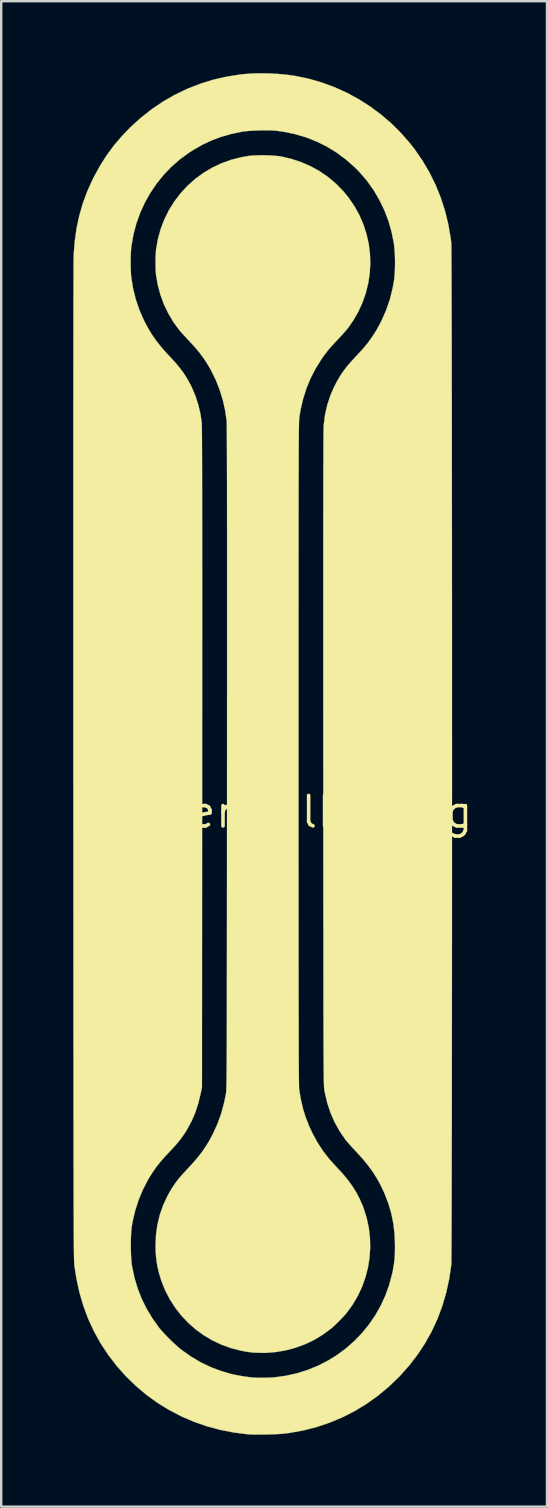
<source format=kicad_pcb>
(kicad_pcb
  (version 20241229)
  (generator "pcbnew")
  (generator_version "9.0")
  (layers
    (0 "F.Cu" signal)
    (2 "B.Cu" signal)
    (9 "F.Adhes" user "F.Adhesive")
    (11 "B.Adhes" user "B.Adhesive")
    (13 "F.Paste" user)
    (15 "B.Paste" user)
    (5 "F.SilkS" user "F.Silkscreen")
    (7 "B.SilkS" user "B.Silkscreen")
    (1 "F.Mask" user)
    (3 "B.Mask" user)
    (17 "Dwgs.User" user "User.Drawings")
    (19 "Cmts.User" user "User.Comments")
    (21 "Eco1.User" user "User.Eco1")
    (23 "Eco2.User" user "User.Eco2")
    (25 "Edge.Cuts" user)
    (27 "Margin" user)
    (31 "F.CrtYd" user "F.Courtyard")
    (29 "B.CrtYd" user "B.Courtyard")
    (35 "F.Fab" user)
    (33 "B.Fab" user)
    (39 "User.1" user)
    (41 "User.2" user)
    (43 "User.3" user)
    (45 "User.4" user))
  (footprint "Slider Silk Long"
    (layer "F.Cu")
    (at 8.934 30.785)
    (property "Reference" "Slider Silk Long" (at 0 0 0) (layer "F.SilkS") (effects (font (size 1.27 1.27) (thickness 0.15))))
    (attr through_hole)
    (fp_poly (pts (xy -0.924 -27.364) (xy -0.73 -27.358) (xy -0.548 -27.347) (xy -0.39 -27.332) (xy -0.286 -27.317) (xy 0.151 -27.216) (xy 0.569 -27.079) (xy 0.967 -26.905) (xy 1.342 -26.697) (xy 1.694 -26.454) (xy 2.021 -26.177) (xy 2.322 -25.868) (xy 2.548 -25.591) (xy 2.79 -25.236) (xy 2.994 -24.864) (xy 3.16 -24.479) (xy 3.288 -24.084) (xy 3.379 -23.68) (xy 3.431 -23.271) (xy 3.446 -22.859) (xy 3.422 -22.447) (xy 3.361 -22.038) (xy 3.262 -21.635) (xy 3.125 -21.239) (xy 2.95 -20.854) (xy 2.737 -20.483) (xy 2.547 -20.207) (xy 2.486 -20.13) (xy 2.404 -20.033) (xy 2.307 -19.922) (xy 2.204 -19.809) (xy 2.113 -19.712) (xy 1.964 -19.555) (xy 1.84 -19.42) (xy 1.734 -19.297) (xy 1.639 -19.181) (xy 1.549 -19.062) (xy 1.457 -18.934) (xy 1.413 -18.87) (xy 1.168 -18.479) (xy 0.96 -18.077) (xy 0.787 -17.659) (xy 0.648 -17.221) (xy 0.541 -16.76) (xy 0.493 -16.478) (xy 0.491 -16.46) (xy 0.488 -16.44) (xy 0.486 -16.416) (xy 0.484 -16.388) (xy 0.482 -16.355) (xy 0.48 -16.316) (xy 0.478 -16.269) (xy 0.476 -16.215) (xy 0.474 -16.151) (xy 0.473 -16.077) (xy 0.471 -15.992) (xy 0.47 -15.895) (xy 0.468 -15.786) (xy 0.467 -15.662) (xy 0.466 -15.523) (xy 0.465 -15.368) (xy 0.464 -15.196) (xy 0.463 -15.007) (xy 0.462 -14.799) (xy 0.461 -14.57) (xy 0.461 -14.322) (xy 0.46 -14.051) (xy 0.459 -13.757) (xy 0.459 -13.44) (xy 0.458 -13.098) (xy 0.458 -12.731) (xy 0.457 -12.337) (xy 0.457 -11.915) (xy 0.457 -11.465) (xy 0.456 -10.985) (xy 0.456 -10.475) (xy 0.456 -9.933) (xy 0.456 -9.359) (xy 0.456 -8.751) (xy 0.455 -8.109) (xy 0.455 -7.431) (xy 0.455 -6.718) (xy 0.455 -5.966) (xy 0.455 -5.177) (xy 0.455 -4.348) (xy 0.455 -3.479) (xy 0.455 -2.569) (xy 0.455 -2.434) (xy 0.455 -1.489) (xy 0.455 -0.586) (xy 0.455 0.277) (xy 0.455 1.1) (xy 0.455 1.884) (xy 0.456 2.63) (xy 0.456 3.339) (xy 0.456 4.011) (xy 0.456 4.648) (xy 0.457 5.25) (xy 0.457 5.819) (xy 0.457 6.355) (xy 0.458 6.858) (xy 0.458 7.331) (xy 0.459 7.773) (xy 0.46 8.185) (xy 0.46 8.569) (xy 0.461 8.926) (xy 0.462 9.255) (xy 0.463 9.558) (xy 0.463 9.836) (xy 0.464 10.09) (xy 0.465 10.32) (xy 0.467 10.528) (xy 0.468 10.713) (xy 0.469 10.878) (xy 0.47 11.023) (xy 0.472 11.149) (xy 0.473 11.256) (xy 0.474 11.346) (xy 0.476 11.419) (xy 0.478 11.476) (xy 0.479 11.518) (xy 0.481 11.547) (xy 0.482 11.557) (xy 0.55 11.967) (xy 0.639 12.35) (xy 0.752 12.717) (xy 0.893 13.078) (xy 1.026 13.367) (xy 1.242 13.766) (xy 1.484 14.137) (xy 1.759 14.488) (xy 2.011 14.764) (xy 2.272 15.044) (xy 2.497 15.314) (xy 2.692 15.58) (xy 2.86 15.847) (xy 3.004 16.122) (xy 3.13 16.41) (xy 3.162 16.495) (xy 3.292 16.9) (xy 3.381 17.314) (xy 3.431 17.732) (xy 3.442 18.152) (xy 3.414 18.57) (xy 3.348 18.983) (xy 3.244 19.388) (xy 3.104 19.782) (xy 2.926 20.162) (xy 2.713 20.525) (xy 2.466 20.864) (xy 2.381 20.964) (xy 2.274 21.08) (xy 2.153 21.205) (xy 2.029 21.327) (xy 1.912 21.437) (xy 1.811 21.526) (xy 1.805 21.53) (xy 1.464 21.782) (xy 1.1 22) (xy 0.718 22.182) (xy 0.319 22.328) (xy -0.093 22.437) (xy -0.514 22.507) (xy -0.941 22.538) (xy -1.37 22.529) (xy -1.488 22.519) (xy -1.587 22.507) (xy -1.709 22.489) (xy -1.839 22.466) (xy -1.934 22.448) (xy -2.348 22.343) (xy -2.747 22.2) (xy -3.127 22.021) (xy -3.487 21.808) (xy -3.825 21.564) (xy -4.138 21.289) (xy -4.424 20.987) (xy -4.682 20.658) (xy -4.908 20.306) (xy -5.102 19.932) (xy -5.26 19.539) (xy -5.367 19.184) (xy -5.429 18.908) (xy -5.472 18.638) (xy -5.496 18.36) (xy -5.503 18.057) (xy -5.503 18.055) (xy -5.484 17.62) (xy -5.426 17.201) (xy -5.328 16.795) (xy -5.19 16.399) (xy -5.039 16.066) (xy -4.925 15.85) (xy -4.807 15.653) (xy -4.681 15.467) (xy -4.54 15.282) (xy -4.377 15.092) (xy -4.186 14.886) (xy -4.176 14.875) (xy -3.949 14.631) (xy -3.751 14.401) (xy -3.577 14.178) (xy -3.422 13.953) (xy -3.278 13.72) (xy -3.141 13.468) (xy -3.111 13.409) (xy -2.918 12.985) (xy -2.76 12.544) (xy -2.637 12.081) (xy -2.567 11.726) (xy -2.565 11.71) (xy -2.562 11.691) (xy -2.56 11.668) (xy -2.558 11.641) (xy -2.556 11.608) (xy -2.554 11.568) (xy -2.552 11.521) (xy -2.55 11.465) (xy -2.549 11.399) (xy -2.547 11.323) (xy -2.546 11.235) (xy -2.544 11.135) (xy -2.543 11.022) (xy -2.541 10.894) (xy -2.54 10.75) (xy -2.539 10.59) (xy -2.538 10.413) (xy -2.537 10.218) (xy -2.536 10.003) (xy -2.535 9.768) (xy -2.534 9.512) (xy -2.533 9.234) (xy -2.533 8.933) (xy -2.532 8.607) (xy -2.531 8.256) (xy -2.531 7.88) (xy -2.53 7.476) (xy -2.53 7.044) (xy -2.529 6.583) (xy -2.529 6.093) (xy -2.528 5.571) (xy -2.528 5.018) (xy -2.527 4.432) (xy -2.527 3.812) (xy -2.526 3.157) (xy -2.526 2.466) (xy -2.525 1.739) (xy -2.525 0.974) (xy -2.525 0.17) (xy -2.524 -0.674) (xy -2.524 -1.558) (xy -2.523 -2.275) (xy -2.523 -3.273) (xy -2.523 -4.228) (xy -2.522 -5.143) (xy -2.522 -6.017) (xy -2.522 -6.85) (xy -2.522 -7.644) (xy -2.522 -8.4) (xy -2.522 -9.116) (xy -2.522 -9.795) (xy -2.522 -10.437) (xy -2.522 -11.042) (xy -2.522 -11.611) (xy -2.523 -12.144) (xy -2.523 -12.642) (xy -2.524 -13.106) (xy -2.524 -13.535) (xy -2.525 -13.932) (xy -2.526 -14.295) (xy -2.527 -14.627) (xy -2.528 -14.926) (xy -2.529 -15.195) (xy -2.53 -15.433) (xy -2.531 -15.641) (xy -2.532 -15.819) (xy -2.534 -15.969) (xy -2.535 -16.091) (xy -2.536 -16.184) (xy -2.538 -16.251) (xy -2.54 -16.291) (xy -2.54 -16.298) (xy -2.601 -16.729) (xy -2.699 -17.163) (xy -2.831 -17.593) (xy -2.996 -18.009) (xy -3.189 -18.402) (xy -3.241 -18.496) (xy -3.373 -18.716) (xy -3.507 -18.918) (xy -3.651 -19.113) (xy -3.81 -19.308) (xy -3.994 -19.513) (xy -4.12 -19.648) (xy -4.216 -19.75) (xy -4.314 -19.855) (xy -4.403 -19.954) (xy -4.476 -20.038) (xy -4.508 -20.075) (xy -4.754 -20.41) (xy -4.97 -20.771) (xy -5.153 -21.153) (xy -5.3 -21.552) (xy -5.411 -21.963) (xy -5.481 -22.373) (xy -5.489 -22.458) (xy -5.496 -22.573) (xy -5.5 -22.706) (xy -5.503 -22.843) (xy -5.503 -22.902) (xy -5.502 -23.037) (xy -5.498 -23.173) (xy -5.492 -23.297) (xy -5.485 -23.398) (xy -5.481 -23.432) (xy -5.407 -23.862) (xy -5.293 -24.279) (xy -5.14 -24.682) (xy -4.951 -25.067) (xy -4.725 -25.433) (xy -4.464 -25.776) (xy -4.176 -26.089) (xy -3.853 -26.378) (xy -3.506 -26.632) (xy -3.137 -26.851) (xy -2.749 -27.034) (xy -2.342 -27.18) (xy -1.918 -27.287) (xy -1.619 -27.338) (xy -1.479 -27.352) (xy -1.309 -27.361) (xy -1.121 -27.365) (xy -0.924 -27.364)) (stroke (width 0.01) (type solid)) (fill yes) (layer "F.SilkS"))
    (fp_poly (pts (xy -0.795 -30.775) (xy -0.424 -30.757) (xy -0.062 -30.724) (xy 0.276 -30.679) (xy 0.333 -30.669) (xy 0.887 -30.553) (xy 1.43 -30.396) (xy 1.959 -30.201) (xy 2.473 -29.968) (xy 2.968 -29.699) (xy 3.444 -29.395) (xy 3.898 -29.058) (xy 4.327 -28.689) (xy 4.73 -28.288) (xy 5.105 -27.858) (xy 5.294 -27.616) (xy 5.62 -27.144) (xy 5.91 -26.651) (xy 6.163 -26.139) (xy 6.379 -25.608) (xy 6.556 -25.061) (xy 6.694 -24.498) (xy 6.794 -23.922) (xy 6.819 -23.717) (xy 6.821 -23.682) (xy 6.822 -23.605) (xy 6.824 -23.489) (xy 6.825 -23.333) (xy 6.827 -23.139) (xy 6.828 -22.909) (xy 6.829 -22.643) (xy 6.831 -22.342) (xy 6.832 -22.008) (xy 6.833 -21.641) (xy 6.834 -21.243) (xy 6.835 -20.815) (xy 6.837 -20.358) (xy 6.838 -19.873) (xy 6.839 -19.361) (xy 6.84 -18.824) (xy 6.84 -18.261) (xy 6.841 -17.675) (xy 6.842 -17.067) (xy 6.843 -16.437) (xy 6.844 -15.787) (xy 6.845 -15.118) (xy 6.845 -14.431) (xy 6.846 -13.727) (xy 6.846 -13.007) (xy 6.847 -12.272) (xy 6.848 -11.524) (xy 6.848 -10.763) (xy 6.848 -9.991) (xy 6.849 -9.208) (xy 6.849 -8.417) (xy 6.85 -7.617) (xy 6.85 -6.81) (xy 6.85 -5.997) (xy 6.85 -5.18) (xy 6.85 -4.358) (xy 6.85 -3.535) (xy 6.851 -2.709) (xy 6.851 -1.884) (xy 6.851 -1.059) (xy 6.85 -0.235) (xy 6.85 0.585) (xy 6.85 1.401) (xy 6.85 2.212) (xy 6.85 3.017) (xy 6.849 3.814) (xy 6.849 4.603) (xy 6.849 5.383) (xy 6.848 6.152) (xy 6.848 6.909) (xy 6.847 7.653) (xy 6.847 8.383) (xy 6.846 9.098) (xy 6.846 9.797) (xy 6.845 10.479) (xy 6.844 11.142) (xy 6.844 11.786) (xy 6.843 12.41) (xy 6.842 13.011) (xy 6.841 13.59) (xy 6.84 14.145) (xy 6.839 14.675) (xy 6.838 15.178) (xy 6.837 15.655) (xy 6.836 16.103) (xy 6.835 16.522) (xy 6.834 16.91) (xy 6.833 17.267) (xy 6.831 17.591) (xy 6.83 17.881) (xy 6.829 18.136) (xy 6.827 18.356) (xy 6.826 18.538) (xy 6.825 18.681) (xy 6.823 18.786) (xy 6.821 18.85) (xy 6.82 18.87) (xy 6.732 19.465) (xy 6.606 20.039) (xy 6.443 20.592) (xy 6.243 21.126) (xy 6.006 21.639) (xy 5.731 22.132) (xy 5.42 22.606) (xy 5.07 23.06) (xy 4.684 23.494) (xy 4.625 23.555) (xy 4.202 23.96) (xy 3.756 24.329) (xy 3.29 24.662) (xy 2.802 24.959) (xy 2.296 25.218) (xy 1.771 25.439) (xy 1.229 25.622) (xy 0.672 25.766) (xy 0.099 25.87) (xy -0.106 25.898) (xy -0.233 25.91) (xy -0.392 25.92) (xy -0.574 25.929) (xy -0.769 25.936) (xy -0.969 25.94) (xy -1.165 25.942) (xy -1.348 25.941) (xy -1.508 25.937) (xy -1.637 25.931) (xy -1.662 25.929) (xy -2.246 25.856) (xy -2.817 25.744) (xy -3.373 25.594) (xy -3.913 25.406) (xy -4.434 25.18) (xy -4.936 24.919) (xy -5.418 24.622) (xy -5.877 24.29) (xy -6.313 23.925) (xy -6.724 23.527) (xy -7.108 23.097) (xy -7.464 22.635) (xy -7.485 22.606) (xy -7.796 22.132) (xy -8.07 21.638) (xy -8.307 21.124) (xy -8.508 20.589) (xy -8.671 20.033) (xy -8.798 19.457) (xy -8.884 18.899) (xy -8.886 18.881) (xy -8.888 18.86) (xy -8.89 18.836) (xy -8.891 18.808) (xy -8.893 18.774) (xy -8.895 18.735) (xy -8.896 18.689) (xy -8.898 18.636) (xy -8.899 18.575) (xy -8.901 18.504) (xy -8.902 18.424) (xy -8.904 18.333) (xy -8.905 18.231) (xy -8.906 18.117) (xy -8.907 17.989) (xy -8.908 17.848) (xy -8.909 17.693) (xy -8.91 17.522) (xy -8.911 17.335) (xy -8.912 17.131) (xy -8.913 16.909) (xy -8.914 16.669) (xy -8.915 16.41) (xy -8.915 16.131) (xy -8.916 15.831) (xy -8.917 15.509) (xy -8.917 15.164) (xy -8.918 14.797) (xy -8.919 14.405) (xy -8.919 13.989) (xy -8.92 13.547) (xy -8.92 13.079) (xy -8.921 12.583) (xy -8.921 12.06) (xy -8.922 11.508) (xy -8.922 10.926) (xy -8.922 10.314) (xy -8.923 9.671) (xy -8.923 8.996) (xy -8.924 8.288) (xy -8.924 7.547) (xy -8.924 6.771) (xy -8.925 5.961) (xy -8.925 5.114) (xy -8.925 4.231) (xy -8.926 3.31) (xy -8.926 2.351) (xy -8.926 1.354) (xy -8.927 0.316) (xy -8.927 -0.762) (xy -8.928 -1.882) (xy -8.928 -2.095) (xy -8.928 -3.411) (xy -8.928 -4.685) (xy -8.929 -5.916) (xy -8.929 -7.105) (xy -8.929 -8.252) (xy -8.929 -9.356) (xy -8.929 -10.418) (xy -8.929 -11.438) (xy -8.929 -12.415) (xy -8.929 -13.35) (xy -8.929 -14.243) (xy -8.929 -15.094) (xy -8.928 -15.902) (xy -8.928 -16.668) (xy -8.927 -17.392) (xy -8.927 -18.074) (xy -8.926 -18.713) (xy -8.926 -19.31) (xy -8.925 -19.865) (xy -8.925 -20.377) (xy -8.924 -20.848) (xy -8.923 -21.276) (xy -8.922 -21.662) (xy -8.921 -22.006) (xy -8.92 -22.307) (xy -8.919 -22.567) (xy -8.918 -22.784) (xy -8.917 -22.845) (xy -6.54 -22.845) (xy -6.537 -22.664) (xy -6.531 -22.498) (xy -6.522 -22.358) (xy -6.518 -22.314) (xy -6.444 -21.837) (xy -6.33 -21.37) (xy -6.174 -20.915) (xy -5.978 -20.47) (xy -5.928 -20.371) (xy -5.791 -20.12) (xy -5.647 -19.885) (xy -5.489 -19.658) (xy -5.312 -19.431) (xy -5.111 -19.196) (xy -4.882 -18.949) (xy -4.672 -18.72) (xy -4.492 -18.504) (xy -4.335 -18.293) (xy -4.197 -18.079) (xy -4.07 -17.851) (xy -3.991 -17.695) (xy -3.842 -17.341) (xy -3.72 -16.964) (xy -3.629 -16.575) (xy -3.577 -16.224) (xy -3.575 -16.194) (xy -3.574 -16.133) (xy -3.572 -16.043) (xy -3.571 -15.922) (xy -3.57 -15.769) (xy -3.568 -15.585) (xy -3.567 -15.369) (xy -3.566 -15.121) (xy -3.565 -14.84) (xy -3.564 -14.525) (xy -3.563 -14.176) (xy -3.563 -13.793) (xy -3.562 -13.375) (xy -3.561 -12.922) (xy -3.561 -12.433) (xy -3.56 -11.908) (xy -3.56 -11.346) (xy -3.56 -10.748) (xy -3.559 -10.111) (xy -3.559 -9.437) (xy -3.559 -8.724) (xy -3.559 -7.972) (xy -3.559 -7.181) (xy -3.56 -6.35) (xy -3.56 -5.478) (xy -3.56 -4.566) (xy -3.561 -3.612) (xy -3.561 -2.617) (xy -3.561 -2.275) (xy -3.568 11.462) (xy -3.614 11.695) (xy -3.716 12.123) (xy -3.847 12.524) (xy -4.01 12.9) (xy -4.204 13.256) (xy -4.3 13.407) (xy -4.405 13.558) (xy -4.517 13.704) (xy -4.642 13.854) (xy -4.787 14.016) (xy -4.943 14.182) (xy -5.141 14.393) (xy -5.312 14.591) (xy -5.464 14.783) (xy -5.603 14.981) (xy -5.739 15.193) (xy -5.838 15.363) (xy -6.036 15.748) (xy -6.206 16.16) (xy -6.346 16.592) (xy -6.453 17.039) (xy -6.491 17.255) (xy -6.509 17.4) (xy -6.522 17.578) (xy -6.53 17.778) (xy -6.533 17.993) (xy -6.532 18.211) (xy -6.526 18.425) (xy -6.515 18.624) (xy -6.5 18.799) (xy -6.481 18.932) (xy -6.381 19.405) (xy -6.248 19.854) (xy -6.08 20.283) (xy -5.876 20.697) (xy -5.634 21.099) (xy -5.359 21.484) (xy -5.269 21.594) (xy -5.153 21.722) (xy -5.021 21.861) (xy -4.878 22.003) (xy -4.733 22.141) (xy -4.595 22.267) (xy -4.47 22.373) (xy -4.413 22.418) (xy -4.021 22.694) (xy -3.621 22.93) (xy -3.209 23.128) (xy -2.778 23.292) (xy -2.371 23.412) (xy -2.24 23.442) (xy -2.081 23.473) (xy -1.908 23.504) (xy -1.734 23.53) (xy -1.574 23.552) (xy -1.44 23.565) (xy -1.439 23.565) (xy -1.299 23.572) (xy -1.132 23.575) (xy -0.953 23.575) (xy -0.778 23.57) (xy -0.621 23.563) (xy -0.55 23.557) (xy -0.074 23.492) (xy 0.389 23.389) (xy 0.837 23.248) (xy 1.267 23.072) (xy 1.679 22.861) (xy 2.07 22.619) (xy 2.438 22.345) (xy 2.782 22.043) (xy 3.1 21.713) (xy 3.389 21.357) (xy 3.649 20.978) (xy 3.878 20.575) (xy 4.073 20.152) (xy 4.232 19.709) (xy 4.355 19.249) (xy 4.379 19.135) (xy 4.412 18.956) (xy 4.437 18.794) (xy 4.455 18.637) (xy 4.466 18.474) (xy 4.473 18.293) (xy 4.474 18.083) (xy 4.474 18.034) (xy 4.457 17.581) (xy 4.406 17.149) (xy 4.322 16.73) (xy 4.201 16.318) (xy 4.042 15.905) (xy 4.002 15.814) (xy 3.863 15.524) (xy 3.711 15.249) (xy 3.541 14.984) (xy 3.349 14.721) (xy 3.13 14.454) (xy 2.879 14.176) (xy 2.821 14.115) (xy 2.721 14.008) (xy 2.621 13.898) (xy 2.53 13.795) (xy 2.454 13.706) (xy 2.403 13.642) (xy 2.162 13.29) (xy 1.957 12.921) (xy 1.788 12.534) (xy 1.653 12.125) (xy 1.551 11.691) (xy 1.531 11.578) (xy 1.528 11.562) (xy 1.526 11.544) (xy 1.524 11.522) (xy 1.521 11.495) (xy 1.519 11.464) (xy 1.517 11.426) (xy 1.515 11.381) (xy 1.514 11.327) (xy 1.512 11.265) (xy 1.51 11.192) (xy 1.509 11.108) (xy 1.507 11.011) (xy 1.506 10.902) (xy 1.505 10.778) (xy 1.503 10.639) (xy 1.502 10.485) (xy 1.501 10.313) (xy 1.5 10.123) (xy 1.499 9.914) (xy 1.498 9.685) (xy 1.497 9.435) (xy 1.496 9.163) (xy 1.496 8.868) (xy 1.495 8.549) (xy 1.494 8.205) (xy 1.494 7.836) (xy 1.493 7.439) (xy 1.493 7.015) (xy 1.492 6.562) (xy 1.491 6.079) (xy 1.491 5.565) (xy 1.491 5.02) (xy 1.49 4.442) (xy 1.49 3.83) (xy 1.489 3.183) (xy 1.489 2.501) (xy 1.488 1.782) (xy 1.488 1.026) (xy 1.488 0.231) (xy 1.487 -0.604) (xy 1.487 -1.479) (xy 1.486 -2.233) (xy 1.486 -3.242) (xy 1.486 -4.209) (xy 1.485 -5.134) (xy 1.485 -6.019) (xy 1.485 -6.863) (xy 1.485 -7.667) (xy 1.485 -8.431) (xy 1.485 -9.156) (xy 1.485 -9.842) (xy 1.485 -10.49) (xy 1.485 -11.1) (xy 1.486 -11.673) (xy 1.486 -12.209) (xy 1.487 -12.708) (xy 1.487 -13.171) (xy 1.488 -13.598) (xy 1.489 -13.99) (xy 1.49 -14.348) (xy 1.491 -14.671) (xy 1.492 -14.96) (xy 1.493 -15.216) (xy 1.494 -15.439) (xy 1.495 -15.629) (xy 1.497 -15.788) (xy 1.498 -15.915) (xy 1.5 -16.01) (xy 1.501 -16.075) (xy 1.503 -16.108) (xy 1.558 -16.541) (xy 1.653 -16.963) (xy 1.788 -17.37) (xy 1.948 -17.734) (xy 2.069 -17.965) (xy 2.194 -18.177) (xy 2.329 -18.377) (xy 2.481 -18.575) (xy 2.656 -18.779) (xy 2.859 -18.998) (xy 2.865 -19.003) (xy 3.111 -19.269) (xy 3.325 -19.526) (xy 3.514 -19.784) (xy 3.685 -20.05) (xy 3.844 -20.335) (xy 3.917 -20.479) (xy 4.108 -20.912) (xy 4.261 -21.362) (xy 4.378 -21.831) (xy 4.438 -22.172) (xy 4.457 -22.349) (xy 4.47 -22.557) (xy 4.476 -22.784) (xy 4.476 -23.019) (xy 4.468 -23.25) (xy 4.454 -23.466) (xy 4.433 -23.656) (xy 4.428 -23.696) (xy 4.333 -24.17) (xy 4.201 -24.631) (xy 4.031 -25.077) (xy 3.825 -25.504) (xy 3.585 -25.911) (xy 3.313 -26.294) (xy 3.008 -26.651) (xy 2.802 -26.86) (xy 2.432 -27.186) (xy 2.044 -27.475) (xy 1.636 -27.726) (xy 1.209 -27.938) (xy 0.764 -28.113) (xy 0.301 -28.249) (xy -0.18 -28.347) (xy -0.464 -28.386) (xy -0.604 -28.397) (xy -0.775 -28.403) (xy -0.966 -28.405) (xy -1.168 -28.401) (xy -1.371 -28.394) (xy -1.564 -28.383) (xy -1.737 -28.368) (xy -1.881 -28.35) (xy -1.913 -28.344) (xy -2.355 -28.251) (xy -2.767 -28.133) (xy -3.159 -27.987) (xy -3.538 -27.81) (xy -3.911 -27.599) (xy -4.117 -27.467) (xy -4.494 -27.192) (xy -4.844 -26.884) (xy -5.166 -26.548) (xy -5.459 -26.185) (xy -5.72 -25.798) (xy -5.949 -25.391) (xy -6.144 -24.965) (xy -6.302 -24.523) (xy -6.423 -24.068) (xy -6.504 -23.603) (xy -6.518 -23.491) (xy -6.528 -23.364) (xy -6.535 -23.206) (xy -6.539 -23.03) (xy -6.54 -22.845) (xy -8.917 -22.845) (xy -8.917 -22.959) (xy -8.915 -23.092) (xy -8.914 -23.183) (xy -8.913 -23.23) (xy -8.868 -23.796) (xy -8.791 -24.338) (xy -8.678 -24.862) (xy -8.53 -25.371) (xy -8.344 -25.87) (xy -8.121 -26.363) (xy -8.058 -26.488) (xy -7.803 -26.949) (xy -7.53 -27.378) (xy -7.231 -27.782) (xy -6.901 -28.169) (xy -6.548 -28.534) (xy -6.118 -28.926) (xy -5.664 -29.283) (xy -5.19 -29.604) (xy -4.696 -29.887) (xy -4.183 -30.133) (xy -3.653 -30.341) (xy -3.107 -30.511) (xy -2.546 -30.641) (xy -1.972 -30.731) (xy -1.849 -30.745) (xy -1.52 -30.77) (xy -1.165 -30.78) (xy -0.795 -30.775)) (stroke (width 0.01) (type solid)) (fill yes) (layer "F.SilkS")))
  (gr_rect
    (start -3 -3)
    (end 19.743 59.732)
    (stroke (width 0.1) (type default))
    (fill no)
    (layer "Edge.Cuts")))
</source>
